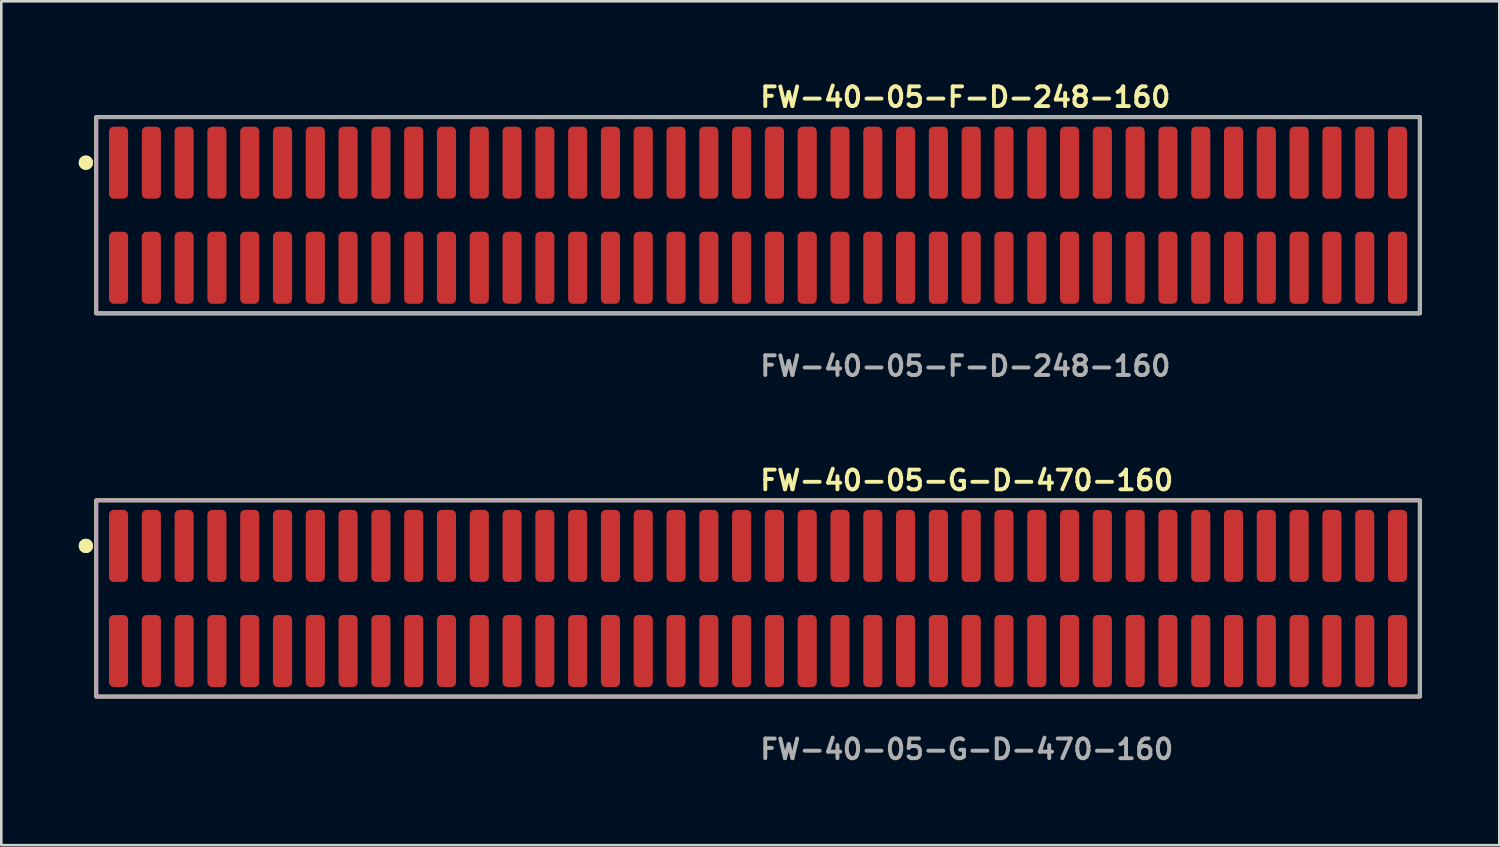
<source format=kicad_pcb>
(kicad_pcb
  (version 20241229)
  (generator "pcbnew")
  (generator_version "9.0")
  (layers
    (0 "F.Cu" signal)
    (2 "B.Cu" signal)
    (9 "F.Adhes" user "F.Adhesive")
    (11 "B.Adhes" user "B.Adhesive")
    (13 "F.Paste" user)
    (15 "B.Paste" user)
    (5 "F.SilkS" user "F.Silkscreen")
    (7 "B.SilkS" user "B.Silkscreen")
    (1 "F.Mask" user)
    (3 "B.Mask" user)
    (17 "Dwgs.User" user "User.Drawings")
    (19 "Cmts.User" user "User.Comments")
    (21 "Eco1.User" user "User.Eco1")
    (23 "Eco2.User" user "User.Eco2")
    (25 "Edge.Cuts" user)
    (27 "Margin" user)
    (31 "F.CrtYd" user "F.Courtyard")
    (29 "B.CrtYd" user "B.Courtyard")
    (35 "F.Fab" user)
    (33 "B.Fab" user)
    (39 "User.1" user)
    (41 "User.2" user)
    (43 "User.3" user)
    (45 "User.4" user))
  (footprint "FW-40-05-G-D-470-160"
    (layer "F.Cu")
    (at 26.306 20.126)
    (property "Reference" "FW-40-05-G-D-470-160" (at 0 -4.572 0) (unlocked yes) (layer "F.SilkS") (effects (font (size 0.762 0.762) (thickness 0.152)) (justify left)))
    (fp_rect (start -25.63 3.8) (end 25.63 -3.8) (stroke (width 0.152) (type solid)) (fill no) (layer "F.SilkS"))
    (fp_circle (center -26.03 -2.035) (end -26.23 -2.035) (stroke (width 0.152) (type solid)) (fill yes) (layer "F.SilkS"))
    (fp_circle (center -26.03 -2.035) (end -26.23 -2.035) (stroke (width 0.152) (type solid)) (fill yes) (layer "F.SilkS"))
    (fp_rect (start -25.63 3.8) (end 25.63 -3.8) (stroke (width 0.006) (type solid)) (fill no) (layer "F.CrtYd"))
    (fp_rect (start -25.63 3.8) (end 25.63 -3.8) (stroke (width 0.152) (type solid)) (fill no) (layer "F.Fab"))
    (fp_text user "${REFERENCE}" (at 0 5.842 0) (unlocked yes) (layer "F.Fab") (effects (font (size 0.762 0.762) (thickness 0.152)) (justify left)))
    (pad "1" smd roundrect (at -24.765 -2.035) (size 0.74 2.79) (layers "F.Cu" "F.Paste") (roundrect_rratio 0.25))
    (pad "2" smd roundrect (at -24.765 2.035) (size 0.74 2.79) (layers "F.Cu" "F.Paste") (roundrect_rratio 0.25))
    (pad "3" smd roundrect (at -23.495 -2.035) (size 0.74 2.79) (layers "F.Cu" "F.Paste") (roundrect_rratio 0.25))
    (pad "4" smd roundrect (at -23.495 2.035) (size 0.74 2.79) (layers "F.Cu" "F.Paste") (roundrect_rratio 0.25))
    (pad "5" smd roundrect (at -22.225 -2.035) (size 0.74 2.79) (layers "F.Cu" "F.Paste") (roundrect_rratio 0.25))
    (pad "6" smd roundrect (at -22.225 2.035) (size 0.74 2.79) (layers "F.Cu" "F.Paste") (roundrect_rratio 0.25))
    (pad "7" smd roundrect (at -20.955 -2.035) (size 0.74 2.79) (layers "F.Cu" "F.Paste") (roundrect_rratio 0.25))
    (pad "8" smd roundrect (at -20.955 2.035) (size 0.74 2.79) (layers "F.Cu" "F.Paste") (roundrect_rratio 0.25))
    (pad "9" smd roundrect (at -19.685 -2.035) (size 0.74 2.79) (layers "F.Cu" "F.Paste") (roundrect_rratio 0.25))
    (pad "10" smd roundrect (at -19.685 2.035) (size 0.74 2.79) (layers "F.Cu" "F.Paste") (roundrect_rratio 0.25))
    (pad "11" smd roundrect (at -18.415 -2.035) (size 0.74 2.79) (layers "F.Cu" "F.Paste") (roundrect_rratio 0.25))
    (pad "12" smd roundrect (at -18.415 2.035) (size 0.74 2.79) (layers "F.Cu" "F.Paste") (roundrect_rratio 0.25))
    (pad "13" smd roundrect (at -17.145 -2.035) (size 0.74 2.79) (layers "F.Cu" "F.Paste") (roundrect_rratio 0.25))
    (pad "14" smd roundrect (at -17.145 2.035) (size 0.74 2.79) (layers "F.Cu" "F.Paste") (roundrect_rratio 0.25))
    (pad "15" smd roundrect (at -15.875 -2.035) (size 0.74 2.79) (layers "F.Cu" "F.Paste") (roundrect_rratio 0.25))
    (pad "16" smd roundrect (at -15.875 2.035) (size 0.74 2.79) (layers "F.Cu" "F.Paste") (roundrect_rratio 0.25))
    (pad "17" smd roundrect (at -14.605 -2.035) (size 0.74 2.79) (layers "F.Cu" "F.Paste") (roundrect_rratio 0.25))
    (pad "18" smd roundrect (at -14.605 2.035) (size 0.74 2.79) (layers "F.Cu" "F.Paste") (roundrect_rratio 0.25))
    (pad "19" smd roundrect (at -13.335 -2.035) (size 0.74 2.79) (layers "F.Cu" "F.Paste") (roundrect_rratio 0.25))
    (pad "20" smd roundrect (at -13.335 2.035) (size 0.74 2.79) (layers "F.Cu" "F.Paste") (roundrect_rratio 0.25))
    (pad "21" smd roundrect (at -12.065 -2.035) (size 0.74 2.79) (layers "F.Cu" "F.Paste") (roundrect_rratio 0.25))
    (pad "22" smd roundrect (at -12.065 2.035) (size 0.74 2.79) (layers "F.Cu" "F.Paste") (roundrect_rratio 0.25))
    (pad "23" smd roundrect (at -10.795 -2.035) (size 0.74 2.79) (layers "F.Cu" "F.Paste") (roundrect_rratio 0.25))
    (pad "24" smd roundrect (at -10.795 2.035) (size 0.74 2.79) (layers "F.Cu" "F.Paste") (roundrect_rratio 0.25))
    (pad "25" smd roundrect (at -9.525 -2.035) (size 0.74 2.79) (layers "F.Cu" "F.Paste") (roundrect_rratio 0.25))
    (pad "26" smd roundrect (at -9.525 2.035) (size 0.74 2.79) (layers "F.Cu" "F.Paste") (roundrect_rratio 0.25))
    (pad "27" smd roundrect (at -8.255 -2.035) (size 0.74 2.79) (layers "F.Cu" "F.Paste") (roundrect_rratio 0.25))
    (pad "28" smd roundrect (at -8.255 2.035) (size 0.74 2.79) (layers "F.Cu" "F.Paste") (roundrect_rratio 0.25))
    (pad "29" smd roundrect (at -6.985 -2.035) (size 0.74 2.79) (layers "F.Cu" "F.Paste") (roundrect_rratio 0.25))
    (pad "30" smd roundrect (at -6.985 2.035) (size 0.74 2.79) (layers "F.Cu" "F.Paste") (roundrect_rratio 0.25))
    (pad "31" smd roundrect (at -5.715 -2.035) (size 0.74 2.79) (layers "F.Cu" "F.Paste") (roundrect_rratio 0.25))
    (pad "32" smd roundrect (at -5.715 2.035) (size 0.74 2.79) (layers "F.Cu" "F.Paste") (roundrect_rratio 0.25))
    (pad "33" smd roundrect (at -4.445 -2.035) (size 0.74 2.79) (layers "F.Cu" "F.Paste") (roundrect_rratio 0.25))
    (pad "34" smd roundrect (at -4.445 2.035) (size 0.74 2.79) (layers "F.Cu" "F.Paste") (roundrect_rratio 0.25))
    (pad "35" smd roundrect (at -3.175 -2.035) (size 0.74 2.79) (layers "F.Cu" "F.Paste") (roundrect_rratio 0.25))
    (pad "36" smd roundrect (at -3.175 2.035) (size 0.74 2.79) (layers "F.Cu" "F.Paste") (roundrect_rratio 0.25))
    (pad "37" smd roundrect (at -1.905 -2.035) (size 0.74 2.79) (layers "F.Cu" "F.Paste") (roundrect_rratio 0.25))
    (pad "38" smd roundrect (at -1.905 2.035) (size 0.74 2.79) (layers "F.Cu" "F.Paste") (roundrect_rratio 0.25))
    (pad "39" smd roundrect (at -0.635 -2.035) (size 0.74 2.79) (layers "F.Cu" "F.Paste") (roundrect_rratio 0.25))
    (pad "40" smd roundrect (at -0.635 2.035) (size 0.74 2.79) (layers "F.Cu" "F.Paste") (roundrect_rratio 0.25))
    (pad "41" smd roundrect (at 0.635 -2.035) (size 0.74 2.79) (layers "F.Cu" "F.Paste") (roundrect_rratio 0.25))
    (pad "42" smd roundrect (at 0.635 2.035) (size 0.74 2.79) (layers "F.Cu" "F.Paste") (roundrect_rratio 0.25))
    (pad "43" smd roundrect (at 1.905 -2.035) (size 0.74 2.79) (layers "F.Cu" "F.Paste") (roundrect_rratio 0.25))
    (pad "44" smd roundrect (at 1.905 2.035) (size 0.74 2.79) (layers "F.Cu" "F.Paste") (roundrect_rratio 0.25))
    (pad "45" smd roundrect (at 3.175 -2.035) (size 0.74 2.79) (layers "F.Cu" "F.Paste") (roundrect_rratio 0.25))
    (pad "46" smd roundrect (at 3.175 2.035) (size 0.74 2.79) (layers "F.Cu" "F.Paste") (roundrect_rratio 0.25))
    (pad "47" smd roundrect (at 4.445 -2.035) (size 0.74 2.79) (layers "F.Cu" "F.Paste") (roundrect_rratio 0.25))
    (pad "48" smd roundrect (at 4.445 2.035) (size 0.74 2.79) (layers "F.Cu" "F.Paste") (roundrect_rratio 0.25))
    (pad "49" smd roundrect (at 5.715 -2.035) (size 0.74 2.79) (layers "F.Cu" "F.Paste") (roundrect_rratio 0.25))
    (pad "50" smd roundrect (at 5.715 2.035) (size 0.74 2.79) (layers "F.Cu" "F.Paste") (roundrect_rratio 0.25))
    (pad "51" smd roundrect (at 6.985 -2.035) (size 0.74 2.79) (layers "F.Cu" "F.Paste") (roundrect_rratio 0.25))
    (pad "52" smd roundrect (at 6.985 2.035) (size 0.74 2.79) (layers "F.Cu" "F.Paste") (roundrect_rratio 0.25))
    (pad "53" smd roundrect (at 8.255 -2.035) (size 0.74 2.79) (layers "F.Cu" "F.Paste") (roundrect_rratio 0.25))
    (pad "54" smd roundrect (at 8.255 2.035) (size 0.74 2.79) (layers "F.Cu" "F.Paste") (roundrect_rratio 0.25))
    (pad "55" smd roundrect (at 9.525 -2.035) (size 0.74 2.79) (layers "F.Cu" "F.Paste") (roundrect_rratio 0.25))
    (pad "56" smd roundrect (at 9.525 2.035) (size 0.74 2.79) (layers "F.Cu" "F.Paste") (roundrect_rratio 0.25))
    (pad "57" smd roundrect (at 10.795 -2.035) (size 0.74 2.79) (layers "F.Cu" "F.Paste") (roundrect_rratio 0.25))
    (pad "58" smd roundrect (at 10.795 2.035) (size 0.74 2.79) (layers "F.Cu" "F.Paste") (roundrect_rratio 0.25))
    (pad "59" smd roundrect (at 12.065 -2.035) (size 0.74 2.79) (layers "F.Cu" "F.Paste") (roundrect_rratio 0.25))
    (pad "60" smd roundrect (at 12.065 2.035) (size 0.74 2.79) (layers "F.Cu" "F.Paste") (roundrect_rratio 0.25))
    (pad "61" smd roundrect (at 13.335 -2.035) (size 0.74 2.79) (layers "F.Cu" "F.Paste") (roundrect_rratio 0.25))
    (pad "62" smd roundrect (at 13.335 2.035) (size 0.74 2.79) (layers "F.Cu" "F.Paste") (roundrect_rratio 0.25))
    (pad "63" smd roundrect (at 14.605 -2.035) (size 0.74 2.79) (layers "F.Cu" "F.Paste") (roundrect_rratio 0.25))
    (pad "64" smd roundrect (at 14.605 2.035) (size 0.74 2.79) (layers "F.Cu" "F.Paste") (roundrect_rratio 0.25))
    (pad "65" smd roundrect (at 15.875 -2.035) (size 0.74 2.79) (layers "F.Cu" "F.Paste") (roundrect_rratio 0.25))
    (pad "66" smd roundrect (at 15.875 2.035) (size 0.74 2.79) (layers "F.Cu" "F.Paste") (roundrect_rratio 0.25))
    (pad "67" smd roundrect (at 17.145 -2.035) (size 0.74 2.79) (layers "F.Cu" "F.Paste") (roundrect_rratio 0.25))
    (pad "68" smd roundrect (at 17.145 2.035) (size 0.74 2.79) (layers "F.Cu" "F.Paste") (roundrect_rratio 0.25))
    (pad "69" smd roundrect (at 18.415 -2.035) (size 0.74 2.79) (layers "F.Cu" "F.Paste") (roundrect_rratio 0.25))
    (pad "70" smd roundrect (at 18.415 2.035) (size 0.74 2.79) (layers "F.Cu" "F.Paste") (roundrect_rratio 0.25))
    (pad "71" smd roundrect (at 19.685 -2.035) (size 0.74 2.79) (layers "F.Cu" "F.Paste") (roundrect_rratio 0.25))
    (pad "72" smd roundrect (at 19.685 2.035) (size 0.74 2.79) (layers "F.Cu" "F.Paste") (roundrect_rratio 0.25))
    (pad "73" smd roundrect (at 20.955 -2.035) (size 0.74 2.79) (layers "F.Cu" "F.Paste") (roundrect_rratio 0.25))
    (pad "74" smd roundrect (at 20.955 2.035) (size 0.74 2.79) (layers "F.Cu" "F.Paste") (roundrect_rratio 0.25))
    (pad "75" smd roundrect (at 22.225 -2.035) (size 0.74 2.79) (layers "F.Cu" "F.Paste") (roundrect_rratio 0.25))
    (pad "76" smd roundrect (at 22.225 2.035) (size 0.74 2.79) (layers "F.Cu" "F.Paste") (roundrect_rratio 0.25))
    (pad "77" smd roundrect (at 23.495 -2.035) (size 0.74 2.79) (layers "F.Cu" "F.Paste") (roundrect_rratio 0.25))
    (pad "78" smd roundrect (at 23.495 2.035) (size 0.74 2.79) (layers "F.Cu" "F.Paste") (roundrect_rratio 0.25))
    (pad "79" smd roundrect (at 24.765 -2.035) (size 0.74 2.79) (layers "F.Cu" "F.Paste") (roundrect_rratio 0.25))
    (pad "80" smd roundrect (at 24.765 2.035) (size 0.74 2.79) (layers "F.Cu" "F.Paste") (roundrect_rratio 0.25)))
  (footprint "FW-40-05-F-D-248-160"
    (layer "F.Cu")
    (at 26.306 5.285)
    (property "Reference" "FW-40-05-F-D-248-160" (at 0 -4.572 0) (unlocked yes) (layer "F.SilkS") (effects (font (size 0.762 0.762) (thickness 0.152)) (justify left)))
    (fp_rect (start -25.63 3.8) (end 25.63 -3.8) (stroke (width 0.152) (type solid)) (fill no) (layer "F.SilkS"))
    (fp_circle (center -26.03 -2.035) (end -26.23 -2.035) (stroke (width 0.152) (type solid)) (fill yes) (layer "F.SilkS"))
    (fp_circle (center -26.03 -2.035) (end -26.23 -2.035) (stroke (width 0.152) (type solid)) (fill yes) (layer "F.SilkS"))
    (fp_rect (start -25.63 3.8) (end 25.63 -3.8) (stroke (width 0.006) (type solid)) (fill no) (layer "F.CrtYd"))
    (fp_rect (start -25.63 3.8) (end 25.63 -3.8) (stroke (width 0.152) (type solid)) (fill no) (layer "F.Fab"))
    (fp_text user "${REFERENCE}" (at 0 5.842 0) (unlocked yes) (layer "F.Fab") (effects (font (size 0.762 0.762) (thickness 0.152)) (justify left)))
    (pad "1" smd roundrect (at -24.765 -2.035) (size 0.74 2.79) (layers "F.Cu" "F.Paste") (roundrect_rratio 0.25))
    (pad "2" smd roundrect (at -24.765 2.035) (size 0.74 2.79) (layers "F.Cu" "F.Paste") (roundrect_rratio 0.25))
    (pad "3" smd roundrect (at -23.495 -2.035) (size 0.74 2.79) (layers "F.Cu" "F.Paste") (roundrect_rratio 0.25))
    (pad "4" smd roundrect (at -23.495 2.035) (size 0.74 2.79) (layers "F.Cu" "F.Paste") (roundrect_rratio 0.25))
    (pad "5" smd roundrect (at -22.225 -2.035) (size 0.74 2.79) (layers "F.Cu" "F.Paste") (roundrect_rratio 0.25))
    (pad "6" smd roundrect (at -22.225 2.035) (size 0.74 2.79) (layers "F.Cu" "F.Paste") (roundrect_rratio 0.25))
    (pad "7" smd roundrect (at -20.955 -2.035) (size 0.74 2.79) (layers "F.Cu" "F.Paste") (roundrect_rratio 0.25))
    (pad "8" smd roundrect (at -20.955 2.035) (size 0.74 2.79) (layers "F.Cu" "F.Paste") (roundrect_rratio 0.25))
    (pad "9" smd roundrect (at -19.685 -2.035) (size 0.74 2.79) (layers "F.Cu" "F.Paste") (roundrect_rratio 0.25))
    (pad "10" smd roundrect (at -19.685 2.035) (size 0.74 2.79) (layers "F.Cu" "F.Paste") (roundrect_rratio 0.25))
    (pad "11" smd roundrect (at -18.415 -2.035) (size 0.74 2.79) (layers "F.Cu" "F.Paste") (roundrect_rratio 0.25))
    (pad "12" smd roundrect (at -18.415 2.035) (size 0.74 2.79) (layers "F.Cu" "F.Paste") (roundrect_rratio 0.25))
    (pad "13" smd roundrect (at -17.145 -2.035) (size 0.74 2.79) (layers "F.Cu" "F.Paste") (roundrect_rratio 0.25))
    (pad "14" smd roundrect (at -17.145 2.035) (size 0.74 2.79) (layers "F.Cu" "F.Paste") (roundrect_rratio 0.25))
    (pad "15" smd roundrect (at -15.875 -2.035) (size 0.74 2.79) (layers "F.Cu" "F.Paste") (roundrect_rratio 0.25))
    (pad "16" smd roundrect (at -15.875 2.035) (size 0.74 2.79) (layers "F.Cu" "F.Paste") (roundrect_rratio 0.25))
    (pad "17" smd roundrect (at -14.605 -2.035) (size 0.74 2.79) (layers "F.Cu" "F.Paste") (roundrect_rratio 0.25))
    (pad "18" smd roundrect (at -14.605 2.035) (size 0.74 2.79) (layers "F.Cu" "F.Paste") (roundrect_rratio 0.25))
    (pad "19" smd roundrect (at -13.335 -2.035) (size 0.74 2.79) (layers "F.Cu" "F.Paste") (roundrect_rratio 0.25))
    (pad "20" smd roundrect (at -13.335 2.035) (size 0.74 2.79) (layers "F.Cu" "F.Paste") (roundrect_rratio 0.25))
    (pad "21" smd roundrect (at -12.065 -2.035) (size 0.74 2.79) (layers "F.Cu" "F.Paste") (roundrect_rratio 0.25))
    (pad "22" smd roundrect (at -12.065 2.035) (size 0.74 2.79) (layers "F.Cu" "F.Paste") (roundrect_rratio 0.25))
    (pad "23" smd roundrect (at -10.795 -2.035) (size 0.74 2.79) (layers "F.Cu" "F.Paste") (roundrect_rratio 0.25))
    (pad "24" smd roundrect (at -10.795 2.035) (size 0.74 2.79) (layers "F.Cu" "F.Paste") (roundrect_rratio 0.25))
    (pad "25" smd roundrect (at -9.525 -2.035) (size 0.74 2.79) (layers "F.Cu" "F.Paste") (roundrect_rratio 0.25))
    (pad "26" smd roundrect (at -9.525 2.035) (size 0.74 2.79) (layers "F.Cu" "F.Paste") (roundrect_rratio 0.25))
    (pad "27" smd roundrect (at -8.255 -2.035) (size 0.74 2.79) (layers "F.Cu" "F.Paste") (roundrect_rratio 0.25))
    (pad "28" smd roundrect (at -8.255 2.035) (size 0.74 2.79) (layers "F.Cu" "F.Paste") (roundrect_rratio 0.25))
    (pad "29" smd roundrect (at -6.985 -2.035) (size 0.74 2.79) (layers "F.Cu" "F.Paste") (roundrect_rratio 0.25))
    (pad "30" smd roundrect (at -6.985 2.035) (size 0.74 2.79) (layers "F.Cu" "F.Paste") (roundrect_rratio 0.25))
    (pad "31" smd roundrect (at -5.715 -2.035) (size 0.74 2.79) (layers "F.Cu" "F.Paste") (roundrect_rratio 0.25))
    (pad "32" smd roundrect (at -5.715 2.035) (size 0.74 2.79) (layers "F.Cu" "F.Paste") (roundrect_rratio 0.25))
    (pad "33" smd roundrect (at -4.445 -2.035) (size 0.74 2.79) (layers "F.Cu" "F.Paste") (roundrect_rratio 0.25))
    (pad "34" smd roundrect (at -4.445 2.035) (size 0.74 2.79) (layers "F.Cu" "F.Paste") (roundrect_rratio 0.25))
    (pad "35" smd roundrect (at -3.175 -2.035) (size 0.74 2.79) (layers "F.Cu" "F.Paste") (roundrect_rratio 0.25))
    (pad "36" smd roundrect (at -3.175 2.035) (size 0.74 2.79) (layers "F.Cu" "F.Paste") (roundrect_rratio 0.25))
    (pad "37" smd roundrect (at -1.905 -2.035) (size 0.74 2.79) (layers "F.Cu" "F.Paste") (roundrect_rratio 0.25))
    (pad "38" smd roundrect (at -1.905 2.035) (size 0.74 2.79) (layers "F.Cu" "F.Paste") (roundrect_rratio 0.25))
    (pad "39" smd roundrect (at -0.635 -2.035) (size 0.74 2.79) (layers "F.Cu" "F.Paste") (roundrect_rratio 0.25))
    (pad "40" smd roundrect (at -0.635 2.035) (size 0.74 2.79) (layers "F.Cu" "F.Paste") (roundrect_rratio 0.25))
    (pad "41" smd roundrect (at 0.635 -2.035) (size 0.74 2.79) (layers "F.Cu" "F.Paste") (roundrect_rratio 0.25))
    (pad "42" smd roundrect (at 0.635 2.035) (size 0.74 2.79) (layers "F.Cu" "F.Paste") (roundrect_rratio 0.25))
    (pad "43" smd roundrect (at 1.905 -2.035) (size 0.74 2.79) (layers "F.Cu" "F.Paste") (roundrect_rratio 0.25))
    (pad "44" smd roundrect (at 1.905 2.035) (size 0.74 2.79) (layers "F.Cu" "F.Paste") (roundrect_rratio 0.25))
    (pad "45" smd roundrect (at 3.175 -2.035) (size 0.74 2.79) (layers "F.Cu" "F.Paste") (roundrect_rratio 0.25))
    (pad "46" smd roundrect (at 3.175 2.035) (size 0.74 2.79) (layers "F.Cu" "F.Paste") (roundrect_rratio 0.25))
    (pad "47" smd roundrect (at 4.445 -2.035) (size 0.74 2.79) (layers "F.Cu" "F.Paste") (roundrect_rratio 0.25))
    (pad "48" smd roundrect (at 4.445 2.035) (size 0.74 2.79) (layers "F.Cu" "F.Paste") (roundrect_rratio 0.25))
    (pad "49" smd roundrect (at 5.715 -2.035) (size 0.74 2.79) (layers "F.Cu" "F.Paste") (roundrect_rratio 0.25))
    (pad "50" smd roundrect (at 5.715 2.035) (size 0.74 2.79) (layers "F.Cu" "F.Paste") (roundrect_rratio 0.25))
    (pad "51" smd roundrect (at 6.985 -2.035) (size 0.74 2.79) (layers "F.Cu" "F.Paste") (roundrect_rratio 0.25))
    (pad "52" smd roundrect (at 6.985 2.035) (size 0.74 2.79) (layers "F.Cu" "F.Paste") (roundrect_rratio 0.25))
    (pad "53" smd roundrect (at 8.255 -2.035) (size 0.74 2.79) (layers "F.Cu" "F.Paste") (roundrect_rratio 0.25))
    (pad "54" smd roundrect (at 8.255 2.035) (size 0.74 2.79) (layers "F.Cu" "F.Paste") (roundrect_rratio 0.25))
    (pad "55" smd roundrect (at 9.525 -2.035) (size 0.74 2.79) (layers "F.Cu" "F.Paste") (roundrect_rratio 0.25))
    (pad "56" smd roundrect (at 9.525 2.035) (size 0.74 2.79) (layers "F.Cu" "F.Paste") (roundrect_rratio 0.25))
    (pad "57" smd roundrect (at 10.795 -2.035) (size 0.74 2.79) (layers "F.Cu" "F.Paste") (roundrect_rratio 0.25))
    (pad "58" smd roundrect (at 10.795 2.035) (size 0.74 2.79) (layers "F.Cu" "F.Paste") (roundrect_rratio 0.25))
    (pad "59" smd roundrect (at 12.065 -2.035) (size 0.74 2.79) (layers "F.Cu" "F.Paste") (roundrect_rratio 0.25))
    (pad "60" smd roundrect (at 12.065 2.035) (size 0.74 2.79) (layers "F.Cu" "F.Paste") (roundrect_rratio 0.25))
    (pad "61" smd roundrect (at 13.335 -2.035) (size 0.74 2.79) (layers "F.Cu" "F.Paste") (roundrect_rratio 0.25))
    (pad "62" smd roundrect (at 13.335 2.035) (size 0.74 2.79) (layers "F.Cu" "F.Paste") (roundrect_rratio 0.25))
    (pad "63" smd roundrect (at 14.605 -2.035) (size 0.74 2.79) (layers "F.Cu" "F.Paste") (roundrect_rratio 0.25))
    (pad "64" smd roundrect (at 14.605 2.035) (size 0.74 2.79) (layers "F.Cu" "F.Paste") (roundrect_rratio 0.25))
    (pad "65" smd roundrect (at 15.875 -2.035) (size 0.74 2.79) (layers "F.Cu" "F.Paste") (roundrect_rratio 0.25))
    (pad "66" smd roundrect (at 15.875 2.035) (size 0.74 2.79) (layers "F.Cu" "F.Paste") (roundrect_rratio 0.25))
    (pad "67" smd roundrect (at 17.145 -2.035) (size 0.74 2.79) (layers "F.Cu" "F.Paste") (roundrect_rratio 0.25))
    (pad "68" smd roundrect (at 17.145 2.035) (size 0.74 2.79) (layers "F.Cu" "F.Paste") (roundrect_rratio 0.25))
    (pad "69" smd roundrect (at 18.415 -2.035) (size 0.74 2.79) (layers "F.Cu" "F.Paste") (roundrect_rratio 0.25))
    (pad "70" smd roundrect (at 18.415 2.035) (size 0.74 2.79) (layers "F.Cu" "F.Paste") (roundrect_rratio 0.25))
    (pad "71" smd roundrect (at 19.685 -2.035) (size 0.74 2.79) (layers "F.Cu" "F.Paste") (roundrect_rratio 0.25))
    (pad "72" smd roundrect (at 19.685 2.035) (size 0.74 2.79) (layers "F.Cu" "F.Paste") (roundrect_rratio 0.25))
    (pad "73" smd roundrect (at 20.955 -2.035) (size 0.74 2.79) (layers "F.Cu" "F.Paste") (roundrect_rratio 0.25))
    (pad "74" smd roundrect (at 20.955 2.035) (size 0.74 2.79) (layers "F.Cu" "F.Paste") (roundrect_rratio 0.25))
    (pad "75" smd roundrect (at 22.225 -2.035) (size 0.74 2.79) (layers "F.Cu" "F.Paste") (roundrect_rratio 0.25))
    (pad "76" smd roundrect (at 22.225 2.035) (size 0.74 2.79) (layers "F.Cu" "F.Paste") (roundrect_rratio 0.25))
    (pad "77" smd roundrect (at 23.495 -2.035) (size 0.74 2.79) (layers "F.Cu" "F.Paste") (roundrect_rratio 0.25))
    (pad "78" smd roundrect (at 23.495 2.035) (size 0.74 2.79) (layers "F.Cu" "F.Paste") (roundrect_rratio 0.25))
    (pad "79" smd roundrect (at 24.765 -2.035) (size 0.74 2.79) (layers "F.Cu" "F.Paste") (roundrect_rratio 0.25))
    (pad "80" smd roundrect (at 24.765 2.035) (size 0.74 2.79) (layers "F.Cu" "F.Paste") (roundrect_rratio 0.25)))
  (gr_rect
    (start -3 -3)
    (end 55.012 29.681)
    (stroke (width 0.1) (type default))
    (fill no)
    (layer "Edge.Cuts")))
</source>
